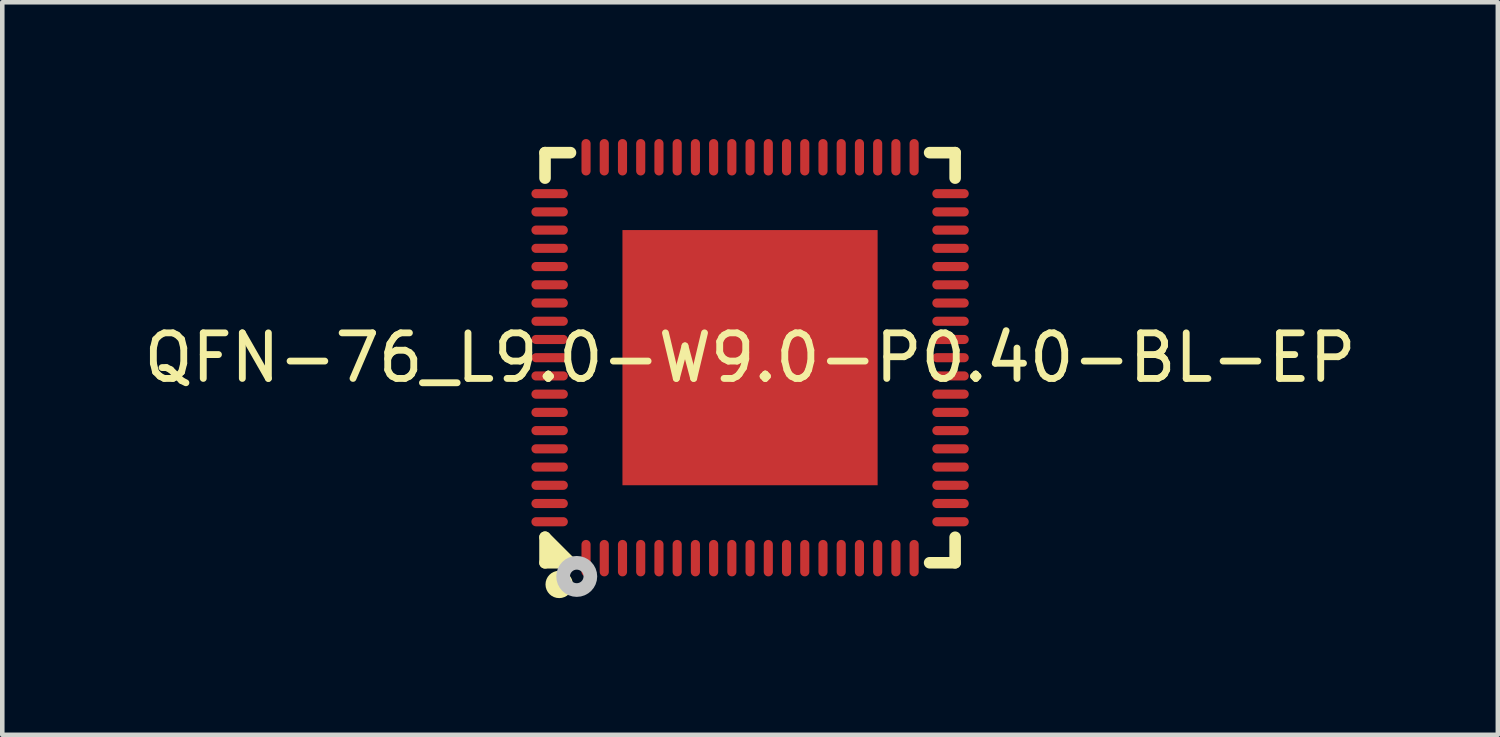
<source format=kicad_pcb>
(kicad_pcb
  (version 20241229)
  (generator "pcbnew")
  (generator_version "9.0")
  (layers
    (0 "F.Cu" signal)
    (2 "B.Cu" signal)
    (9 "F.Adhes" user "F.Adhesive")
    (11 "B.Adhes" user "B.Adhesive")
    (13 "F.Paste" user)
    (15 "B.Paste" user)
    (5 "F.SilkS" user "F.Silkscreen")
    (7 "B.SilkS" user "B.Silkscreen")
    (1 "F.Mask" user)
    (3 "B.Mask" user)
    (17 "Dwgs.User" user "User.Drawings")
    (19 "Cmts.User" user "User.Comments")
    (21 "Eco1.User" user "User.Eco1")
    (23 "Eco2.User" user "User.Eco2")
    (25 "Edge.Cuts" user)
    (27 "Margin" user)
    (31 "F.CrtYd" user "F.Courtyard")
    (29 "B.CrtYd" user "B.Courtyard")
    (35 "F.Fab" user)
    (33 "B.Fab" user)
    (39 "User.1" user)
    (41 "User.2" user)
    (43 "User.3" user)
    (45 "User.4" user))
  (footprint "QFN-76_L9.0-W9.0-P0.40-BL-EP"
    (layer "F.Cu")
    (at 13.411 4.8)
    (property "Reference" "QFN-76_L9.0-W9.0-P0.40-BL-EP" (at 0 0 0) (layer "F.SilkS") (effects (font (size 1 1) (thickness 0.15))))
    (fp_line (start -4.5 -4.5) (end -3.941 -4.5) (stroke (width 0.254) (type default)) (layer "F.SilkS"))
    (fp_line (start -4.5 -3.941) (end -4.5 -4.5) (stroke (width 0.254) (type default)) (layer "F.SilkS"))
    (fp_line (start -4.5 3.94) (end -3.941 4.5) (stroke (width 0.254) (type default)) (layer "F.SilkS"))
    (fp_line (start -4.5 4.5) (end -4.5 3.94) (stroke (width 0.254) (type default)) (layer "F.SilkS"))
    (fp_line (start -4.5 4.5) (end -3.941 4.5) (stroke (width 0.254) (type default)) (layer "F.SilkS"))
    (fp_line (start 3.94 -4.5) (end 4.5 -4.5) (stroke (width 0.254) (type default)) (layer "F.SilkS"))
    (fp_line (start 3.94 4.5) (end 4.5 4.5) (stroke (width 0.254) (type default)) (layer "F.SilkS"))
    (fp_line (start 4.5 -4.5) (end 4.5 -3.941) (stroke (width 0.254) (type default)) (layer "F.SilkS"))
    (fp_line (start 4.5 3.94) (end 4.5 4.5) (stroke (width 0.254) (type default)) (layer "F.SilkS"))
    (fp_arc (start -4.1885 4.826) (mid -4.19025 5.126007) (end -4.191 4.826) (stroke (width 0.3) (type default)) (layer "F.SilkS"))
    (fp_poly (pts (xy -3.941 4.5) (xy -4.5 4.5) (xy -4.5 4.064)) (stroke (width 0) (type default)) (fill yes) (layer "F.SilkS"))
    (fp_poly (pts (xy -2.24 2.24) (xy -2.24 -2.24) (xy 2.24 -2.24) (xy 2.24 2.24)) (stroke (width 0) (type default)) (fill yes) (layer "F.Paste"))
    (fp_poly (pts (arc (start -4.6995 -3.5) (mid -4.7995 -3.6) (end -4.6995 -3.7)) (arc (start -4.0995 -3.7) (mid -3.9995 -3.6) (end -4.0995 -3.5))) (stroke (width 0) (type default)) (fill yes) (layer "F.Paste"))
    (fp_poly (pts (arc (start -4.6995 -3.1) (mid -4.7995 -3.2) (end -4.6995 -3.3)) (arc (start -4.0995 -3.3) (mid -3.9995 -3.2) (end -4.0995 -3.1))) (stroke (width 0) (type default)) (fill yes) (layer "F.Paste"))
    (fp_poly (pts (arc (start -4.6995 -2.7) (mid -4.7995 -2.8) (end -4.6995 -2.9)) (arc (start -4.0995 -2.9) (mid -3.9995 -2.8) (end -4.0995 -2.7))) (stroke (width 0) (type default)) (fill yes) (layer "F.Paste"))
    (fp_poly (pts (arc (start -4.6995 -2.3) (mid -4.7995 -2.4) (end -4.6995 -2.5)) (arc (start -4.0995 -2.5) (mid -3.9995 -2.4) (end -4.0995 -2.3))) (stroke (width 0) (type default)) (fill yes) (layer "F.Paste"))
    (fp_poly (pts (arc (start -4.6995 -1.9) (mid -4.7995 -2) (end -4.6995 -2.1)) (arc (start -4.0995 -2.1) (mid -3.9995 -2) (end -4.0995 -1.9))) (stroke (width 0) (type default)) (fill yes) (layer "F.Paste"))
    (fp_poly (pts (arc (start -4.6995 -1.5) (mid -4.7995 -1.6) (end -4.6995 -1.7)) (arc (start -4.0995 -1.7) (mid -3.9995 -1.6) (end -4.0995 -1.5))) (stroke (width 0) (type default)) (fill yes) (layer "F.Paste"))
    (fp_poly (pts (arc (start -4.6995 -1.1) (mid -4.7995 -1.2) (end -4.6995 -1.3)) (arc (start -4.0995 -1.3) (mid -3.9995 -1.2) (end -4.0995 -1.1))) (stroke (width 0) (type default)) (fill yes) (layer "F.Paste"))
    (fp_poly (pts (arc (start -4.6995 -0.7) (mid -4.7995 -0.8) (end -4.6995 -0.9)) (arc (start -4.0995 -0.9) (mid -3.9995 -0.8) (end -4.0995 -0.7))) (stroke (width 0) (type default)) (fill yes) (layer "F.Paste"))
    (fp_poly (pts (arc (start -4.6995 -0.3) (mid -4.7995 -0.4) (end -4.6995 -0.5)) (arc (start -4.0995 -0.5) (mid -3.9995 -0.4) (end -4.0995 -0.3))) (stroke (width 0) (type default)) (fill yes) (layer "F.Paste"))
    (fp_poly (pts (arc (start -4.6995 0.1) (mid -4.7995 0) (end -4.6995 -0.1)) (arc (start -4.0995 -0.1) (mid -3.9995 0) (end -4.0995 0.1))) (stroke (width 0) (type default)) (fill yes) (layer "F.Paste"))
    (fp_poly (pts (arc (start -4.6995 0.5) (mid -4.7995 0.4) (end -4.6995 0.3)) (arc (start -4.0995 0.3) (mid -3.9995 0.4) (end -4.0995 0.5))) (stroke (width 0) (type default)) (fill yes) (layer "F.Paste"))
    (fp_poly (pts (arc (start -4.6995 0.9) (mid -4.7995 0.8) (end -4.6995 0.7)) (arc (start -4.0995 0.7) (mid -3.9995 0.8) (end -4.0995 0.9))) (stroke (width 0) (type default)) (fill yes) (layer "F.Paste"))
    (fp_poly (pts (arc (start -4.6995 1.3) (mid -4.7995 1.2) (end -4.6995 1.1)) (arc (start -4.0995 1.1) (mid -3.9995 1.2) (end -4.0995 1.3))) (stroke (width 0) (type default)) (fill yes) (layer "F.Paste"))
    (fp_poly (pts (arc (start -4.6995 1.7) (mid -4.7995 1.6) (end -4.6995 1.5)) (arc (start -4.0995 1.5) (mid -3.9995 1.6) (end -4.0995 1.7))) (stroke (width 0) (type default)) (fill yes) (layer "F.Paste"))
    (fp_poly (pts (arc (start -4.6995 2.1) (mid -4.7995 2) (end -4.6995 1.9)) (arc (start -4.0995 1.9) (mid -3.9995 2) (end -4.0995 2.1))) (stroke (width 0) (type default)) (fill yes) (layer "F.Paste"))
    (fp_poly (pts (arc (start -4.6995 2.5) (mid -4.7995 2.4) (end -4.6995 2.3)) (arc (start -4.0995 2.3) (mid -3.9995 2.4) (end -4.0995 2.5))) (stroke (width 0) (type default)) (fill yes) (layer "F.Paste"))
    (fp_poly (pts (arc (start -4.6995 2.9) (mid -4.7995 2.8) (end -4.6995 2.7)) (arc (start -4.0995 2.7) (mid -3.9995 2.8) (end -4.0995 2.9))) (stroke (width 0) (type default)) (fill yes) (layer "F.Paste"))
    (fp_poly (pts (arc (start -4.6995 3.3) (mid -4.7995 3.2) (end -4.6995 3.1)) (arc (start -4.0995 3.1) (mid -3.9995 3.2) (end -4.0995 3.3))) (stroke (width 0) (type default)) (fill yes) (layer "F.Paste"))
    (fp_poly (pts (arc (start -4.6995 3.7) (mid -4.7995 3.6) (end -4.6995 3.5)) (arc (start -4.0995 3.5) (mid -3.9995 3.6) (end -4.0995 3.7))) (stroke (width 0) (type default)) (fill yes) (layer "F.Paste"))
    (fp_poly (pts (arc (start -3.7 -4.6995) (mid -3.6 -4.7995) (end -3.5 -4.6995)) (arc (start -3.5 -4.0995) (mid -3.6 -3.9995) (end -3.7 -4.0995))) (stroke (width 0) (type default)) (fill yes) (layer "F.Paste"))
    (fp_poly (pts (arc (start -3.5 4.6995) (mid -3.6 4.7995) (end -3.7 4.6995)) (arc (start -3.7 4.0995) (mid -3.6 3.9995) (end -3.5 4.0995))) (stroke (width 0) (type default)) (fill yes) (layer "F.Paste"))
    (fp_poly (pts (arc (start -3.3 -4.6995) (mid -3.2 -4.7995) (end -3.1 -4.6995)) (arc (start -3.1 -4.0995) (mid -3.2 -3.9995) (end -3.3 -4.0995))) (stroke (width 0) (type default)) (fill yes) (layer "F.Paste"))
    (fp_poly (pts (arc (start -3.1 4.6995) (mid -3.2 4.7995) (end -3.3 4.6995)) (arc (start -3.3 4.0995) (mid -3.2 3.9995) (end -3.1 4.0995))) (stroke (width 0) (type default)) (fill yes) (layer "F.Paste"))
    (fp_poly (pts (arc (start -2.9 -4.6995) (mid -2.8 -4.7995) (end -2.7 -4.6995)) (arc (start -2.7 -4.0995) (mid -2.8 -3.9995) (end -2.9 -4.0995))) (stroke (width 0) (type default)) (fill yes) (layer "F.Paste"))
    (fp_poly (pts (arc (start -2.7 4.6995) (mid -2.8 4.7995) (end -2.9 4.6995)) (arc (start -2.9 4.0995) (mid -2.8 3.9995) (end -2.7 4.0995))) (stroke (width 0) (type default)) (fill yes) (layer "F.Paste"))
    (fp_poly (pts (arc (start -2.5 -4.6995) (mid -2.4 -4.7995) (end -2.3 -4.6995)) (arc (start -2.3 -4.0995) (mid -2.4 -3.9995) (end -2.5 -4.0995))) (stroke (width 0) (type default)) (fill yes) (layer "F.Paste"))
    (fp_poly (pts (arc (start -2.3 4.6995) (mid -2.4 4.7995) (end -2.5 4.6995)) (arc (start -2.5 4.0995) (mid -2.4 3.9995) (end -2.3 4.0995))) (stroke (width 0) (type default)) (fill yes) (layer "F.Paste"))
    (fp_poly (pts (arc (start -2.1 -4.6995) (mid -2 -4.7995) (end -1.9 -4.6995)) (arc (start -1.9 -4.0995) (mid -2 -3.9995) (end -2.1 -4.0995))) (stroke (width 0) (type default)) (fill yes) (layer "F.Paste"))
    (fp_poly (pts (arc (start -1.9 4.6995) (mid -2 4.7995) (end -2.1 4.6995)) (arc (start -2.1 4.0995) (mid -2 3.9995) (end -1.9 4.0995))) (stroke (width 0) (type default)) (fill yes) (layer "F.Paste"))
    (fp_poly (pts (arc (start -1.7 -4.6995) (mid -1.6 -4.7995) (end -1.5 -4.6995)) (arc (start -1.5 -4.0995) (mid -1.6 -3.9995) (end -1.7 -4.0995))) (stroke (width 0) (type default)) (fill yes) (layer "F.Paste"))
    (fp_poly (pts (arc (start -1.5 4.6995) (mid -1.6 4.7995) (end -1.7 4.6995)) (arc (start -1.7 4.0995) (mid -1.6 3.9995) (end -1.5 4.0995))) (stroke (width 0) (type default)) (fill yes) (layer "F.Paste"))
    (fp_poly (pts (arc (start -1.3 -4.6995) (mid -1.2 -4.7995) (end -1.1 -4.6995)) (arc (start -1.1 -4.0995) (mid -1.2 -3.9995) (end -1.3 -4.0995))) (stroke (width 0) (type default)) (fill yes) (layer "F.Paste"))
    (fp_poly (pts (arc (start -1.1 4.6995) (mid -1.2 4.7995) (end -1.3 4.6995)) (arc (start -1.3 4.0995) (mid -1.2 3.9995) (end -1.1 4.0995))) (stroke (width 0) (type default)) (fill yes) (layer "F.Paste"))
    (fp_poly (pts (arc (start -0.9 -4.6995) (mid -0.8 -4.7995) (end -0.7 -4.6995)) (arc (start -0.7 -4.0995) (mid -0.8 -3.9995) (end -0.9 -4.0995))) (stroke (width 0) (type default)) (fill yes) (layer "F.Paste"))
    (fp_poly (pts (arc (start -0.7 4.6995) (mid -0.8 4.7995) (end -0.9 4.6995)) (arc (start -0.9 4.0995) (mid -0.8 3.9995) (end -0.7 4.0995))) (stroke (width 0) (type default)) (fill yes) (layer "F.Paste"))
    (fp_poly (pts (arc (start -0.5 -4.6995) (mid -0.4 -4.7995) (end -0.3 -4.6995)) (arc (start -0.3 -4.0995) (mid -0.4 -3.9995) (end -0.5 -4.0995))) (stroke (width 0) (type default)) (fill yes) (layer "F.Paste"))
    (fp_poly (pts (arc (start -0.3 4.6995) (mid -0.4 4.7995) (end -0.5 4.6995)) (arc (start -0.5 4.0995) (mid -0.4 3.9995) (end -0.3 4.0995))) (stroke (width 0) (type default)) (fill yes) (layer "F.Paste"))
    (fp_poly (pts (arc (start -0.1 -4.6995) (mid 0 -4.7995) (end 0.1 -4.6995)) (arc (start 0.1 -4.0995) (mid 0 -3.9995) (end -0.1 -4.0995))) (stroke (width 0) (type default)) (fill yes) (layer "F.Paste"))
    (fp_poly (pts (arc (start 0.1 4.6995) (mid 0 4.7995) (end -0.1 4.6995)) (arc (start -0.1 4.0995) (mid 0 3.9995) (end 0.1 4.0995))) (stroke (width 0) (type default)) (fill yes) (layer "F.Paste"))
    (fp_poly (pts (arc (start 0.3 -4.6995) (mid 0.4 -4.7995) (end 0.5 -4.6995)) (arc (start 0.5 -4.0995) (mid 0.4 -3.9995) (end 0.3 -4.0995))) (stroke (width 0) (type default)) (fill yes) (layer "F.Paste"))
    (fp_poly (pts (arc (start 0.5 4.6995) (mid 0.4 4.7995) (end 0.3 4.6995)) (arc (start 0.3 4.0995) (mid 0.4 3.9995) (end 0.5 4.0995))) (stroke (width 0) (type default)) (fill yes) (layer "F.Paste"))
    (fp_poly (pts (arc (start 0.7 -4.6995) (mid 0.8 -4.7995) (end 0.9 -4.6995)) (arc (start 0.9 -4.0995) (mid 0.8 -3.9995) (end 0.7 -4.0995))) (stroke (width 0) (type default)) (fill yes) (layer "F.Paste"))
    (fp_poly (pts (arc (start 0.9 4.6995) (mid 0.8 4.7995) (end 0.7 4.6995)) (arc (start 0.7 4.0995) (mid 0.8 3.9995) (end 0.9 4.0995))) (stroke (width 0) (type default)) (fill yes) (layer "F.Paste"))
    (fp_poly (pts (arc (start 1.1 -4.6995) (mid 1.2 -4.7995) (end 1.3 -4.6995)) (arc (start 1.3 -4.0995) (mid 1.2 -3.9995) (end 1.1 -4.0995))) (stroke (width 0) (type default)) (fill yes) (layer "F.Paste"))
    (fp_poly (pts (arc (start 1.3 4.6995) (mid 1.2 4.7995) (end 1.1 4.6995)) (arc (start 1.1 4.0995) (mid 1.2 3.9995) (end 1.3 4.0995))) (stroke (width 0) (type default)) (fill yes) (layer "F.Paste"))
    (fp_poly (pts (arc (start 1.5 -4.6995) (mid 1.6 -4.7995) (end 1.7 -4.6995)) (arc (start 1.7 -4.0995) (mid 1.6 -3.9995) (end 1.5 -4.0995))) (stroke (width 0) (type default)) (fill yes) (layer "F.Paste"))
    (fp_poly (pts (arc (start 1.7 4.6995) (mid 1.6 4.7995) (end 1.5 4.6995)) (arc (start 1.5 4.0995) (mid 1.6 3.9995) (end 1.7 4.0995))) (stroke (width 0) (type default)) (fill yes) (layer "F.Paste"))
    (fp_poly (pts (arc (start 1.9 -4.6995) (mid 2 -4.7995) (end 2.1 -4.6995)) (arc (start 2.1 -4.0995) (mid 2 -3.9995) (end 1.9 -4.0995))) (stroke (width 0) (type default)) (fill yes) (layer "F.Paste"))
    (fp_poly (pts (arc (start 2.1 4.6995) (mid 2 4.7995) (end 1.9 4.6995)) (arc (start 1.9 4.0995) (mid 2 3.9995) (end 2.1 4.0995))) (stroke (width 0) (type default)) (fill yes) (layer "F.Paste"))
    (fp_poly (pts (arc (start 2.3 -4.6995) (mid 2.4 -4.7995) (end 2.5 -4.6995)) (arc (start 2.5 -4.0995) (mid 2.4 -3.9995) (end 2.3 -4.0995))) (stroke (width 0) (type default)) (fill yes) (layer "F.Paste"))
    (fp_poly (pts (arc (start 2.5 4.6995) (mid 2.4 4.7995) (end 2.3 4.6995)) (arc (start 2.3 4.0995) (mid 2.4 3.9995) (end 2.5 4.0995))) (stroke (width 0) (type default)) (fill yes) (layer "F.Paste"))
    (fp_poly (pts (arc (start 2.7 -4.6995) (mid 2.8 -4.7995) (end 2.9 -4.6995)) (arc (start 2.9 -4.0995) (mid 2.8 -3.9995) (end 2.7 -4.0995))) (stroke (width 0) (type default)) (fill yes) (layer "F.Paste"))
    (fp_poly (pts (arc (start 2.9 4.6995) (mid 2.8 4.7995) (end 2.7 4.6995)) (arc (start 2.7 4.0995) (mid 2.8 3.9995) (end 2.9 4.0995))) (stroke (width 0) (type default)) (fill yes) (layer "F.Paste"))
    (fp_poly (pts (arc (start 3.1 -4.6995) (mid 3.2 -4.7995) (end 3.3 -4.6995)) (arc (start 3.3 -4.0995) (mid 3.2 -3.9995) (end 3.1 -4.0995))) (stroke (width 0) (type default)) (fill yes) (layer "F.Paste"))
    (fp_poly (pts (arc (start 3.3 4.6995) (mid 3.2 4.7995) (end 3.1 4.6995)) (arc (start 3.1 4.0995) (mid 3.2 3.9995) (end 3.3 4.0995))) (stroke (width 0) (type default)) (fill yes) (layer "F.Paste"))
    (fp_poly (pts (arc (start 3.5 -4.6995) (mid 3.6 -4.7995) (end 3.7 -4.6995)) (arc (start 3.7 -4.0995) (mid 3.6 -3.9995) (end 3.5 -4.0995))) (stroke (width 0) (type default)) (fill yes) (layer "F.Paste"))
    (fp_poly (pts (arc (start 3.7 4.6995) (mid 3.6 4.7995) (end 3.5 4.6995)) (arc (start 3.5 4.0995) (mid 3.6 3.9995) (end 3.7 4.0995))) (stroke (width 0) (type default)) (fill yes) (layer "F.Paste"))
    (fp_poly (pts (arc (start 4.6995 -3.7) (mid 4.7995 -3.6) (end 4.6995 -3.5)) (arc (start 4.0995 -3.5) (mid 3.9995 -3.6) (end 4.0995 -3.7))) (stroke (width 0) (type default)) (fill yes) (layer "F.Paste"))
    (fp_poly (pts (arc (start 4.6995 -3.3) (mid 4.7995 -3.2) (end 4.6995 -3.1)) (arc (start 4.0995 -3.1) (mid 3.9995 -3.2) (end 4.0995 -3.3))) (stroke (width 0) (type default)) (fill yes) (layer "F.Paste"))
    (fp_poly (pts (arc (start 4.6995 -2.9) (mid 4.7995 -2.8) (end 4.6995 -2.7)) (arc (start 4.0995 -2.7) (mid 3.9995 -2.8) (end 4.0995 -2.9))) (stroke (width 0) (type default)) (fill yes) (layer "F.Paste"))
    (fp_poly (pts (arc (start 4.6995 -2.5) (mid 4.7995 -2.4) (end 4.6995 -2.3)) (arc (start 4.0995 -2.3) (mid 3.9995 -2.4) (end 4.0995 -2.5))) (stroke (width 0) (type default)) (fill yes) (layer "F.Paste"))
    (fp_poly (pts (arc (start 4.6995 -2.1) (mid 4.7995 -2) (end 4.6995 -1.9)) (arc (start 4.0995 -1.9) (mid 3.9995 -2) (end 4.0995 -2.1))) (stroke (width 0) (type default)) (fill yes) (layer "F.Paste"))
    (fp_poly (pts (arc (start 4.6995 -1.7) (mid 4.7995 -1.6) (end 4.6995 -1.5)) (arc (start 4.0995 -1.5) (mid 3.9995 -1.6) (end 4.0995 -1.7))) (stroke (width 0) (type default)) (fill yes) (layer "F.Paste"))
    (fp_poly (pts (arc (start 4.6995 -1.3) (mid 4.7995 -1.2) (end 4.6995 -1.1)) (arc (start 4.0995 -1.1) (mid 3.9995 -1.2) (end 4.0995 -1.3))) (stroke (width 0) (type default)) (fill yes) (layer "F.Paste"))
    (fp_poly (pts (arc (start 4.6995 -0.9) (mid 4.7995 -0.8) (end 4.6995 -0.7)) (arc (start 4.0995 -0.7) (mid 3.9995 -0.8) (end 4.0995 -0.9))) (stroke (width 0) (type default)) (fill yes) (layer "F.Paste"))
    (fp_poly (pts (arc (start 4.6995 -0.5) (mid 4.7995 -0.4) (end 4.6995 -0.3)) (arc (start 4.0995 -0.3) (mid 3.9995 -0.4) (end 4.0995 -0.5))) (stroke (width 0) (type default)) (fill yes) (layer "F.Paste"))
    (fp_poly (pts (arc (start 4.6995 -0.1) (mid 4.7995 0) (end 4.6995 0.1)) (arc (start 4.0995 0.1) (mid 3.9995 0) (end 4.0995 -0.1))) (stroke (width 0) (type default)) (fill yes) (layer "F.Paste"))
    (fp_poly (pts (arc (start 4.6995 0.3) (mid 4.7995 0.4) (end 4.6995 0.5)) (arc (start 4.0995 0.5) (mid 3.9995 0.4) (end 4.0995 0.3))) (stroke (width 0) (type default)) (fill yes) (layer "F.Paste"))
    (fp_poly (pts (arc (start 4.6995 0.7) (mid 4.7995 0.8) (end 4.6995 0.9)) (arc (start 4.0995 0.9) (mid 3.9995 0.8) (end 4.0995 0.7))) (stroke (width 0) (type default)) (fill yes) (layer "F.Paste"))
    (fp_poly (pts (arc (start 4.6995 1.1) (mid 4.7995 1.2) (end 4.6995 1.3)) (arc (start 4.0995 1.3) (mid 3.9995 1.2) (end 4.0995 1.1))) (stroke (width 0) (type default)) (fill yes) (layer "F.Paste"))
    (fp_poly (pts (arc (start 4.6995 1.5) (mid 4.7995 1.6) (end 4.6995 1.7)) (arc (start 4.0995 1.7) (mid 3.9995 1.6) (end 4.0995 1.5))) (stroke (width 0) (type default)) (fill yes) (layer "F.Paste"))
    (fp_poly (pts (arc (start 4.6995 1.9) (mid 4.7995 2) (end 4.6995 2.1)) (arc (start 4.0995 2.1) (mid 3.9995 2) (end 4.0995 1.9))) (stroke (width 0) (type default)) (fill yes) (layer "F.Paste"))
    (fp_poly (pts (arc (start 4.6995 2.3) (mid 4.7995 2.4) (end 4.6995 2.5)) (arc (start 4.0995 2.5) (mid 3.9995 2.4) (end 4.0995 2.3))) (stroke (width 0) (type default)) (fill yes) (layer "F.Paste"))
    (fp_poly (pts (arc (start 4.6995 2.7) (mid 4.7995 2.8) (end 4.6995 2.9)) (arc (start 4.0995 2.9) (mid 3.9995 2.8) (end 4.0995 2.7))) (stroke (width 0) (type default)) (fill yes) (layer "F.Paste"))
    (fp_poly (pts (arc (start 4.6995 3.1) (mid 4.7995 3.2) (end 4.6995 3.3)) (arc (start 4.0995 3.3) (mid 3.9995 3.2) (end 4.0995 3.1))) (stroke (width 0) (type default)) (fill yes) (layer "F.Paste"))
    (fp_poly (pts (arc (start 4.6995 3.5) (mid 4.7995 3.6) (end 4.6995 3.7)) (arc (start 4.0995 3.7) (mid 3.9995 3.6) (end 4.0995 3.5))) (stroke (width 0) (type default)) (fill yes) (layer "F.Paste"))
    (fp_circle (center -3.804 4.8) (end -3.655 4.8) (stroke (width 0.3) (type default)) (fill no) (layer "Dwgs.User"))
    (fp_poly (pts (xy -4.101 -3.7) (xy -4.101 -3.499) (xy -4.5 -3.499) (xy -4.5 -3.7)) (stroke (width 0.1) (type default)) (fill no) (layer "User.1"))
    (fp_poly (pts (xy -4.101 -3.301) (xy -4.101 -3.101) (xy -4.5 -3.101) (xy -4.5 -3.301)) (stroke (width 0.1) (type default)) (fill no) (layer "User.1"))
    (fp_poly (pts (xy -4.101 -2.9) (xy -4.101 -2.7) (xy -4.5 -2.7) (xy -4.5 -2.9)) (stroke (width 0.1) (type default)) (fill no) (layer "User.1"))
    (fp_poly (pts (xy -4.101 -2.501) (xy -4.101 -2.3) (xy -4.5 -2.3) (xy -4.5 -2.501)) (stroke (width 0.1) (type default)) (fill no) (layer "User.1"))
    (fp_poly (pts (xy -4.101 -2.099) (xy -4.101 -1.899) (xy -4.5 -1.899) (xy -4.5 -2.099)) (stroke (width 0.1) (type default)) (fill no) (layer "User.1"))
    (fp_poly (pts (xy -4.101 -1.7) (xy -4.101 -1.5) (xy -4.5 -1.5) (xy -4.5 -1.7)) (stroke (width 0.1) (type default)) (fill no) (layer "User.1"))
    (fp_poly (pts (xy -4.101 -1.3) (xy -4.101 -1.099) (xy -4.5 -1.099) (xy -4.5 -1.3)) (stroke (width 0.1) (type default)) (fill no) (layer "User.1"))
    (fp_poly (pts (xy -4.101 -0.9) (xy -4.101 -0.701) (xy -4.5 -0.701) (xy -4.5 -0.9)) (stroke (width 0.1) (type default)) (fill no) (layer "User.1"))
    (fp_poly (pts (xy -4.101 -0.499) (xy -4.101 -0.299) (xy -4.5 -0.299) (xy -4.5 -0.499)) (stroke (width 0.1) (type default)) (fill no) (layer "User.1"))
    (fp_poly (pts (xy -4.101 -0.101) (xy -4.101 0.1) (xy -4.5 0.1) (xy -4.5 -0.101)) (stroke (width 0.1) (type default)) (fill no) (layer "User.1"))
    (fp_poly (pts (xy -4.101 0.298) (xy -4.101 0.498) (xy -4.5 0.498) (xy -4.5 0.298)) (stroke (width 0.1) (type default)) (fill no) (layer "User.1"))
    (fp_poly (pts (xy -4.101 0.7) (xy -4.101 0.899) (xy -4.5 0.899) (xy -4.5 0.7)) (stroke (width 0.1) (type default)) (fill no) (layer "User.1"))
    (fp_poly (pts (xy -4.101 1.099) (xy -4.101 1.298) (xy -4.5 1.298) (xy -4.5 1.099)) (stroke (width 0.1) (type default)) (fill no) (layer "User.1"))
    (fp_poly (pts (xy -4.101 1.5) (xy -4.101 1.7) (xy -4.5 1.7) (xy -4.5 1.5)) (stroke (width 0.1) (type default)) (fill no) (layer "User.1"))
    (fp_poly (pts (xy -4.101 1.899) (xy -4.101 2.099) (xy -4.5 2.099) (xy -4.5 1.899)) (stroke (width 0.1) (type default)) (fill no) (layer "User.1"))
    (fp_poly (pts (xy -4.101 2.3) (xy -4.101 2.5) (xy -4.5 2.5) (xy -4.5 2.3)) (stroke (width 0.1) (type default)) (fill no) (layer "User.1"))
    (fp_poly (pts (xy -4.101 2.699) (xy -4.101 2.898) (xy -4.5 2.898) (xy -4.5 2.699)) (stroke (width 0.1) (type default)) (fill no) (layer "User.1"))
    (fp_poly (pts (xy -4.101 3.1) (xy -4.101 3.3) (xy -4.5 3.3) (xy -4.5 3.1)) (stroke (width 0.1) (type default)) (fill no) (layer "User.1"))
    (fp_poly (pts (xy -4.101 3.499) (xy -4.101 3.699) (xy -4.5 3.699) (xy -4.5 3.499)) (stroke (width 0.1) (type default)) (fill no) (layer "User.1"))
    (fp_poly (pts (xy -3.7 4.1) (xy -3.499 4.1) (xy -3.499 4.5) (xy -3.7 4.5)) (stroke (width 0.1) (type default)) (fill no) (layer "User.1"))
    (fp_poly (pts (xy -3.499 -4.101) (xy -3.7 -4.101) (xy -3.7 -4.5) (xy -3.499 -4.5)) (stroke (width 0.1) (type default)) (fill no) (layer "User.1"))
    (fp_poly (pts (xy -3.301 4.1) (xy -3.101 4.1) (xy -3.101 4.5) (xy -3.301 4.5)) (stroke (width 0.1) (type default)) (fill no) (layer "User.1"))
    (fp_poly (pts (xy -3.1 -4.101) (xy -3.3 -4.101) (xy -3.3 -4.5) (xy -3.1 -4.5)) (stroke (width 0.1) (type default)) (fill no) (layer "User.1"))
    (fp_poly (pts (xy -2.9 4.1) (xy -2.7 4.1) (xy -2.7 4.5) (xy -2.9 4.5)) (stroke (width 0.1) (type default)) (fill no) (layer "User.1"))
    (fp_poly (pts (xy -2.8 2.8) (xy -2.8 -2.8) (xy 2.8 -2.8) (xy 2.8 2.8)) (stroke (width 0.1) (type default)) (fill no) (layer "User.1"))
    (fp_poly (pts (xy -2.699 -4.101) (xy -2.899 -4.101) (xy -2.899 -4.5) (xy -2.699 -4.5)) (stroke (width 0.1) (type default)) (fill no) (layer "User.1"))
    (fp_poly (pts (xy -2.501 4.1) (xy -2.3 4.1) (xy -2.3 4.5) (xy -2.501 4.5)) (stroke (width 0.1) (type default)) (fill no) (layer "User.1"))
    (fp_poly (pts (xy -2.3 -4.101) (xy -2.501 -4.101) (xy -2.501 -4.5) (xy -2.3 -4.5)) (stroke (width 0.1) (type default)) (fill no) (layer "User.1"))
    (fp_poly (pts (xy -2.099 4.1) (xy -1.899 4.1) (xy -1.899 4.5) (xy -2.099 4.5)) (stroke (width 0.1) (type default)) (fill no) (layer "User.1"))
    (fp_poly (pts (xy -1.899 -4.101) (xy -2.099 -4.101) (xy -2.099 -4.5) (xy -1.899 -4.5)) (stroke (width 0.1) (type default)) (fill no) (layer "User.1"))
    (fp_poly (pts (xy -1.7 4.1) (xy -1.5 4.1) (xy -1.5 4.5) (xy -1.7 4.5)) (stroke (width 0.1) (type default)) (fill no) (layer "User.1"))
    (fp_poly (pts (xy -1.5 -4.101) (xy -1.7 -4.101) (xy -1.7 -4.5) (xy -1.5 -4.5)) (stroke (width 0.1) (type default)) (fill no) (layer "User.1"))
    (fp_poly (pts (xy -1.3 4.1) (xy -1.099 4.1) (xy -1.099 4.5) (xy -1.3 4.5)) (stroke (width 0.1) (type default)) (fill no) (layer "User.1"))
    (fp_poly (pts (xy -1.099 -4.101) (xy -1.299 -4.101) (xy -1.299 -4.5) (xy -1.099 -4.5)) (stroke (width 0.1) (type default)) (fill no) (layer "User.1"))
    (fp_poly (pts (xy -0.9 4.1) (xy -0.701 4.1) (xy -0.701 4.5) (xy -0.9 4.5)) (stroke (width 0.1) (type default)) (fill no) (layer "User.1"))
    (fp_poly (pts (xy -0.7 -4.101) (xy -0.9 -4.101) (xy -0.9 -4.5) (xy -0.7 -4.5)) (stroke (width 0.1) (type default)) (fill no) (layer "User.1"))
    (fp_poly (pts (xy -0.499 4.1) (xy -0.299 4.1) (xy -0.299 4.5) (xy -0.499 4.5)) (stroke (width 0.1) (type default)) (fill no) (layer "User.1"))
    (fp_poly (pts (xy -0.299 -4.101) (xy -0.499 -4.101) (xy -0.499 -4.5) (xy -0.299 -4.5)) (stroke (width 0.1) (type default)) (fill no) (layer "User.1"))
    (fp_poly (pts (xy -0.101 4.1) (xy 0.1 4.1) (xy 0.1 4.5) (xy -0.101 4.5)) (stroke (width 0.1) (type default)) (fill no) (layer "User.1"))
    (fp_poly (pts (xy 0.1 -4.101) (xy -0.1 -4.101) (xy -0.1 -4.5) (xy 0.1 -4.5)) (stroke (width 0.1) (type default)) (fill no) (layer "User.1"))
    (fp_poly (pts (xy 0.298 4.1) (xy 0.498 4.1) (xy 0.498 4.5) (xy 0.298 4.5)) (stroke (width 0.1) (type default)) (fill no) (layer "User.1"))
    (fp_poly (pts (xy 0.498 -4.101) (xy 0.298 -4.101) (xy 0.298 -4.5) (xy 0.498 -4.5)) (stroke (width 0.1) (type default)) (fill no) (layer "User.1"))
    (fp_poly (pts (xy 0.7 4.1) (xy 0.899 4.1) (xy 0.899 4.5) (xy 0.7 4.5)) (stroke (width 0.1) (type default)) (fill no) (layer "User.1"))
    (fp_poly (pts (xy 0.9 -4.101) (xy 0.7 -4.101) (xy 0.7 -4.5) (xy 0.9 -4.5)) (stroke (width 0.1) (type default)) (fill no) (layer "User.1"))
    (fp_poly (pts (xy 1.099 4.1) (xy 1.298 4.1) (xy 1.298 4.5) (xy 1.099 4.5)) (stroke (width 0.1) (type default)) (fill no) (layer "User.1"))
    (fp_poly (pts (xy 1.299 -4.101) (xy 1.099 -4.101) (xy 1.099 -4.5) (xy 1.299 -4.5)) (stroke (width 0.1) (type default)) (fill no) (layer "User.1"))
    (fp_poly (pts (xy 1.5 4.1) (xy 1.7 4.1) (xy 1.7 4.5) (xy 1.5 4.5)) (stroke (width 0.1) (type default)) (fill no) (layer "User.1"))
    (fp_poly (pts (xy 1.7 -4.101) (xy 1.5 -4.101) (xy 1.5 -4.5) (xy 1.7 -4.5)) (stroke (width 0.1) (type default)) (fill no) (layer "User.1"))
    (fp_poly (pts (xy 1.899 4.1) (xy 2.099 4.1) (xy 2.099 4.5) (xy 1.899 4.5)) (stroke (width 0.1) (type default)) (fill no) (layer "User.1"))
    (fp_poly (pts (xy 2.099 -4.101) (xy 1.899 -4.101) (xy 1.899 -4.5) (xy 2.099 -4.5)) (stroke (width 0.1) (type default)) (fill no) (layer "User.1"))
    (fp_poly (pts (xy 2.3 4.1) (xy 2.5 4.1) (xy 2.5 4.5) (xy 2.3 4.5)) (stroke (width 0.1) (type default)) (fill no) (layer "User.1"))
    (fp_poly (pts (xy 2.5 -4.101) (xy 2.3 -4.101) (xy 2.3 -4.5) (xy 2.5 -4.5)) (stroke (width 0.1) (type default)) (fill no) (layer "User.1"))
    (fp_poly (pts (xy 2.699 4.1) (xy 2.898 4.1) (xy 2.898 4.5) (xy 2.699 4.5)) (stroke (width 0.1) (type default)) (fill no) (layer "User.1"))
    (fp_poly (pts (xy 2.899 -4.101) (xy 2.699 -4.101) (xy 2.699 -4.5) (xy 2.899 -4.5)) (stroke (width 0.1) (type default)) (fill no) (layer "User.1"))
    (fp_poly (pts (xy 3.1 4.1) (xy 3.3 4.1) (xy 3.3 4.5) (xy 3.1 4.5)) (stroke (width 0.1) (type default)) (fill no) (layer "User.1"))
    (fp_poly (pts (xy 3.3 -4.101) (xy 3.1 -4.101) (xy 3.1 -4.5) (xy 3.3 -4.5)) (stroke (width 0.1) (type default)) (fill no) (layer "User.1"))
    (fp_poly (pts (xy 3.499 4.1) (xy 3.699 4.1) (xy 3.699 4.5) (xy 3.499 4.5)) (stroke (width 0.1) (type default)) (fill no) (layer "User.1"))
    (fp_poly (pts (xy 3.699 -4.101) (xy 3.499 -4.101) (xy 3.499 -4.5) (xy 3.699 -4.5)) (stroke (width 0.1) (type default)) (fill no) (layer "User.1"))
    (fp_poly (pts (xy 4.1 -3.499) (xy 4.1 -3.7) (xy 4.5 -3.7) (xy 4.5 -3.499)) (stroke (width 0.1) (type default)) (fill no) (layer "User.1"))
    (fp_poly (pts (xy 4.1 -3.1) (xy 4.1 -3.3) (xy 4.5 -3.3) (xy 4.5 -3.1)) (stroke (width 0.1) (type default)) (fill no) (layer "User.1"))
    (fp_poly (pts (xy 4.1 -2.699) (xy 4.1 -2.899) (xy 4.5 -2.899) (xy 4.5 -2.699)) (stroke (width 0.1) (type default)) (fill no) (layer "User.1"))
    (fp_poly (pts (xy 4.1 -2.3) (xy 4.1 -2.501) (xy 4.5 -2.501) (xy 4.5 -2.3)) (stroke (width 0.1) (type default)) (fill no) (layer "User.1"))
    (fp_poly (pts (xy 4.1 -1.899) (xy 4.1 -2.099) (xy 4.5 -2.099) (xy 4.5 -1.899)) (stroke (width 0.1) (type default)) (fill no) (layer "User.1"))
    (fp_poly (pts (xy 4.1 -1.5) (xy 4.1 -1.7) (xy 4.5 -1.7) (xy 4.5 -1.5)) (stroke (width 0.1) (type default)) (fill no) (layer "User.1"))
    (fp_poly (pts (xy 4.1 -1.099) (xy 4.1 -1.299) (xy 4.5 -1.299) (xy 4.5 -1.099)) (stroke (width 0.1) (type default)) (fill no) (layer "User.1"))
    (fp_poly (pts (xy 4.1 -0.7) (xy 4.1 -0.9) (xy 4.5 -0.9) (xy 4.5 -0.7)) (stroke (width 0.1) (type default)) (fill no) (layer "User.1"))
    (fp_poly (pts (xy 4.1 -0.299) (xy 4.1 -0.499) (xy 4.5 -0.499) (xy 4.5 -0.299)) (stroke (width 0.1) (type default)) (fill no) (layer "User.1"))
    (fp_poly (pts (xy 4.1 0.1) (xy 4.1 -0.1) (xy 4.5 -0.1) (xy 4.5 0.1)) (stroke (width 0.1) (type default)) (fill no) (layer "User.1"))
    (fp_poly (pts (xy 4.1 0.498) (xy 4.1 0.298) (xy 4.5 0.298) (xy 4.5 0.498)) (stroke (width 0.1) (type default)) (fill no) (layer "User.1"))
    (fp_poly (pts (xy 4.1 0.9) (xy 4.1 0.7) (xy 4.5 0.7) (xy 4.5 0.9)) (stroke (width 0.1) (type default)) (fill no) (layer "User.1"))
    (fp_poly (pts (xy 4.1 1.299) (xy 4.1 1.099) (xy 4.5 1.099) (xy 4.5 1.299)) (stroke (width 0.1) (type default)) (fill no) (layer "User.1"))
    (fp_poly (pts (xy 4.1 1.7) (xy 4.1 1.5) (xy 4.5 1.5) (xy 4.5 1.7)) (stroke (width 0.1) (type default)) (fill no) (layer "User.1"))
    (fp_poly (pts (xy 4.1 2.099) (xy 4.1 1.899) (xy 4.5 1.899) (xy 4.5 2.099)) (stroke (width 0.1) (type default)) (fill no) (layer "User.1"))
    (fp_poly (pts (xy 4.1 2.5) (xy 4.1 2.3) (xy 4.5 2.3) (xy 4.5 2.5)) (stroke (width 0.1) (type default)) (fill no) (layer "User.1"))
    (fp_poly (pts (xy 4.1 2.899) (xy 4.1 2.699) (xy 4.5 2.699) (xy 4.5 2.899)) (stroke (width 0.1) (type default)) (fill no) (layer "User.1"))
    (fp_poly (pts (xy 4.1 3.3) (xy 4.1 3.1) (xy 4.5 3.1) (xy 4.5 3.3)) (stroke (width 0.1) (type default)) (fill no) (layer "User.1"))
    (fp_poly (pts (xy 4.1 3.699) (xy 4.1 3.499) (xy 4.5 3.499) (xy 4.5 3.699)) (stroke (width 0.1) (type default)) (fill no) (layer "User.1"))
    (fp_line (start -4.5 -4.5) (end 4.5 -4.5) (stroke (width 0.051) (type default)) (layer "User.2"))
    (fp_line (start -4.5 4.5) (end -4.5 -4.5) (stroke (width 0.051) (type default)) (layer "User.2"))
    (fp_line (start 4.5 -4.5) (end 4.5 4.5) (stroke (width 0.051) (type default)) (layer "User.2"))
    (fp_line (start 4.5 4.5) (end -4.5 4.5) (stroke (width 0.051) (type default)) (layer "User.2"))
    (fp_poly (pts (xy -4.441 4.5) (xy -4.458 4.458) (xy -4.5 4.44) (xy -4.543 4.458) (xy -4.561 4.5) (xy -4.543 4.542) (xy -4.5 4.56) (xy -4.458 4.542)) (stroke (width 0.1) (type default)) (fill no) (layer "User.3"))
    (pad "1" smd oval (at -3.6 4.399 180) (size 0.2 0.8) (layers "F.Cu" "F.Mask" "F.Paste"))
    (pad "2" smd oval (at -3.2 4.399 180) (size 0.2 0.8) (layers "F.Cu" "F.Mask" "F.Paste"))
    (pad "3" smd oval (at -2.8 4.399 180) (size 0.2 0.8) (layers "F.Cu" "F.Mask" "F.Paste"))
    (pad "4" smd oval (at -2.4 4.399 180) (size 0.2 0.8) (layers "F.Cu" "F.Mask" "F.Paste"))
    (pad "5" smd oval (at -2 4.399 180) (size 0.2 0.8) (layers "F.Cu" "F.Mask" "F.Paste"))
    (pad "6" smd oval (at -1.6 4.399 180) (size 0.2 0.8) (layers "F.Cu" "F.Mask" "F.Paste"))
    (pad "7" smd oval (at -1.2 4.399 180) (size 0.2 0.8) (layers "F.Cu" "F.Mask" "F.Paste"))
    (pad "8" smd oval (at -0.8 4.399 180) (size 0.2 0.8) (layers "F.Cu" "F.Mask" "F.Paste"))
    (pad "9" smd oval (at -0.4 4.399 180) (size 0.2 0.8) (layers "F.Cu" "F.Mask" "F.Paste"))
    (pad "10" smd oval (at 0 4.399 180) (size 0.2 0.8) (layers "F.Cu" "F.Mask" "F.Paste"))
    (pad "11" smd oval (at 0.4 4.399 180) (size 0.2 0.8) (layers "F.Cu" "F.Mask" "F.Paste"))
    (pad "12" smd oval (at 0.8 4.399 180) (size 0.2 0.8) (layers "F.Cu" "F.Mask" "F.Paste"))
    (pad "13" smd oval (at 1.2 4.399 180) (size 0.2 0.8) (layers "F.Cu" "F.Mask" "F.Paste"))
    (pad "14" smd oval (at 1.6 4.399 180) (size 0.2 0.8) (layers "F.Cu" "F.Mask" "F.Paste"))
    (pad "15" smd oval (at 2 4.399 180) (size 0.2 0.8) (layers "F.Cu" "F.Mask" "F.Paste"))
    (pad "16" smd oval (at 2.4 4.399 180) (size 0.2 0.8) (layers "F.Cu" "F.Mask" "F.Paste"))
    (pad "17" smd oval (at 2.8 4.399 180) (size 0.2 0.8) (layers "F.Cu" "F.Mask" "F.Paste"))
    (pad "18" smd oval (at 3.2 4.399 180) (size 0.2 0.8) (layers "F.Cu" "F.Mask" "F.Paste"))
    (pad "19" smd oval (at 3.6 4.399 180) (size 0.2 0.8) (layers "F.Cu" "F.Mask" "F.Paste"))
    (pad "20" smd oval (at 4.399 3.6 270) (size 0.2 0.8) (layers "F.Cu" "F.Mask" "F.Paste"))
    (pad "21" smd oval (at 4.399 3.2 270) (size 0.2 0.8) (layers "F.Cu" "F.Mask" "F.Paste"))
    (pad "22" smd oval (at 4.399 2.8 270) (size 0.2 0.8) (layers "F.Cu" "F.Mask" "F.Paste"))
    (pad "23" smd oval (at 4.399 2.4 270) (size 0.2 0.8) (layers "F.Cu" "F.Mask" "F.Paste"))
    (pad "24" smd oval (at 4.399 2 270) (size 0.2 0.8) (layers "F.Cu" "F.Mask" "F.Paste"))
    (pad "25" smd oval (at 4.399 1.6 270) (size 0.2 0.8) (layers "F.Cu" "F.Mask" "F.Paste"))
    (pad "26" smd oval (at 4.399 1.2 270) (size 0.2 0.8) (layers "F.Cu" "F.Mask" "F.Paste"))
    (pad "27" smd oval (at 4.399 0.8 270) (size 0.2 0.8) (layers "F.Cu" "F.Mask" "F.Paste"))
    (pad "28" smd oval (at 4.399 0.4 270) (size 0.2 0.8) (layers "F.Cu" "F.Mask" "F.Paste"))
    (pad "29" smd oval (at 4.399 0 270) (size 0.2 0.8) (layers "F.Cu" "F.Mask" "F.Paste"))
    (pad "30" smd oval (at 4.399 -0.4 270) (size 0.2 0.8) (layers "F.Cu" "F.Mask" "F.Paste"))
    (pad "31" smd oval (at 4.399 -0.8 270) (size 0.2 0.8) (layers "F.Cu" "F.Mask" "F.Paste"))
    (pad "32" smd oval (at 4.399 -1.2 270) (size 0.2 0.8) (layers "F.Cu" "F.Mask" "F.Paste"))
    (pad "33" smd oval (at 4.399 -1.6 270) (size 0.2 0.8) (layers "F.Cu" "F.Mask" "F.Paste"))
    (pad "34" smd oval (at 4.399 -2 270) (size 0.2 0.8) (layers "F.Cu" "F.Mask" "F.Paste"))
    (pad "35" smd oval (at 4.399 -2.4 270) (size 0.2 0.8) (layers "F.Cu" "F.Mask" "F.Paste"))
    (pad "36" smd oval (at 4.399 -2.8 270) (size 0.2 0.8) (layers "F.Cu" "F.Mask" "F.Paste"))
    (pad "37" smd oval (at 4.399 -3.2 270) (size 0.2 0.8) (layers "F.Cu" "F.Mask" "F.Paste"))
    (pad "38" smd oval (at 4.399 -3.6 270) (size 0.2 0.8) (layers "F.Cu" "F.Mask" "F.Paste"))
    (pad "39" smd oval (at 3.6 -4.399) (size 0.2 0.8) (layers "F.Cu" "F.Mask" "F.Paste"))
    (pad "40" smd oval (at 3.2 -4.399) (size 0.2 0.8) (layers "F.Cu" "F.Mask" "F.Paste"))
    (pad "41" smd oval (at 2.8 -4.399) (size 0.2 0.8) (layers "F.Cu" "F.Mask" "F.Paste"))
    (pad "42" smd oval (at 2.4 -4.399) (size 0.2 0.8) (layers "F.Cu" "F.Mask" "F.Paste"))
    (pad "43" smd oval (at 2 -4.399) (size 0.2 0.8) (layers "F.Cu" "F.Mask" "F.Paste"))
    (pad "44" smd oval (at 1.6 -4.399) (size 0.2 0.8) (layers "F.Cu" "F.Mask" "F.Paste"))
    (pad "45" smd oval (at 1.2 -4.399) (size 0.2 0.8) (layers "F.Cu" "F.Mask" "F.Paste"))
    (pad "46" smd oval (at 0.8 -4.399) (size 0.2 0.8) (layers "F.Cu" "F.Mask" "F.Paste"))
    (pad "47" smd oval (at 0.4 -4.399) (size 0.2 0.8) (layers "F.Cu" "F.Mask" "F.Paste"))
    (pad "48" smd oval (at 0 -4.399) (size 0.2 0.8) (layers "F.Cu" "F.Mask" "F.Paste"))
    (pad "49" smd oval (at -0.4 -4.399) (size 0.2 0.8) (layers "F.Cu" "F.Mask" "F.Paste"))
    (pad "50" smd oval (at -0.8 -4.399) (size 0.2 0.8) (layers "F.Cu" "F.Mask" "F.Paste"))
    (pad "51" smd oval (at -1.2 -4.399) (size 0.2 0.8) (layers "F.Cu" "F.Mask" "F.Paste"))
    (pad "52" smd oval (at -1.6 -4.399) (size 0.2 0.8) (layers "F.Cu" "F.Mask" "F.Paste"))
    (pad "53" smd oval (at -2 -4.399) (size 0.2 0.8) (layers "F.Cu" "F.Mask" "F.Paste"))
    (pad "54" smd oval (at -2.4 -4.399) (size 0.2 0.8) (layers "F.Cu" "F.Mask" "F.Paste"))
    (pad "55" smd oval (at -2.8 -4.399) (size 0.2 0.8) (layers "F.Cu" "F.Mask" "F.Paste"))
    (pad "56" smd oval (at -3.2 -4.399) (size 0.2 0.8) (layers "F.Cu" "F.Mask" "F.Paste"))
    (pad "57" smd oval (at -3.6 -4.399) (size 0.2 0.8) (layers "F.Cu" "F.Mask" "F.Paste"))
    (pad "58" smd oval (at -4.399 -3.6 90) (size 0.2 0.8) (layers "F.Cu" "F.Mask" "F.Paste"))
    (pad "59" smd oval (at -4.399 -3.2 90) (size 0.2 0.8) (layers "F.Cu" "F.Mask" "F.Paste"))
    (pad "60" smd oval (at -4.399 -2.8 90) (size 0.2 0.8) (layers "F.Cu" "F.Mask" "F.Paste"))
    (pad "61" smd oval (at -4.399 -2.4 90) (size 0.2 0.8) (layers "F.Cu" "F.Mask" "F.Paste"))
    (pad "62" smd oval (at -4.399 -2 90) (size 0.2 0.8) (layers "F.Cu" "F.Mask" "F.Paste"))
    (pad "63" smd oval (at -4.399 -1.6 90) (size 0.2 0.8) (layers "F.Cu" "F.Mask" "F.Paste"))
    (pad "64" smd oval (at -4.399 -1.2 90) (size 0.2 0.8) (layers "F.Cu" "F.Mask" "F.Paste"))
    (pad "65" smd oval (at -4.399 -0.8 90) (size 0.2 0.8) (layers "F.Cu" "F.Mask" "F.Paste"))
    (pad "66" smd oval (at -4.399 -0.4 90) (size 0.2 0.8) (layers "F.Cu" "F.Mask" "F.Paste"))
    (pad "67" smd oval (at -4.399 0 90) (size 0.2 0.8) (layers "F.Cu" "F.Mask" "F.Paste"))
    (pad "68" smd oval (at -4.399 0.4 90) (size 0.2 0.8) (layers "F.Cu" "F.Mask" "F.Paste"))
    (pad "69" smd oval (at -4.399 0.8 90) (size 0.2 0.8) (layers "F.Cu" "F.Mask" "F.Paste"))
    (pad "70" smd oval (at -4.399 1.2 90) (size 0.2 0.8) (layers "F.Cu" "F.Mask" "F.Paste"))
    (pad "71" smd oval (at -4.399 1.6 90) (size 0.2 0.8) (layers "F.Cu" "F.Mask" "F.Paste"))
    (pad "72" smd oval (at -4.399 2 90) (size 0.2 0.8) (layers "F.Cu" "F.Mask" "F.Paste"))
    (pad "73" smd oval (at -4.399 2.4 90) (size 0.2 0.8) (layers "F.Cu" "F.Mask" "F.Paste"))
    (pad "74" smd oval (at -4.399 2.8 90) (size 0.2 0.8) (layers "F.Cu" "F.Mask" "F.Paste"))
    (pad "75" smd oval (at -4.399 3.2 90) (size 0.2 0.8) (layers "F.Cu" "F.Mask" "F.Paste"))
    (pad "76" smd oval (at -4.399 3.6 90) (size 0.2 0.8) (layers "F.Cu" "F.Mask" "F.Paste"))
    (pad "77" smd rect (at -0.001 -0.001 90) (size 5.6 5.6) (layers "F.Cu" "F.Mask" "F.Paste")))
  (gr_rect
    (start -3 -3)
    (end 29.821 13.076)
    (stroke (width 0.1) (type default))
    (fill no)
    (layer "Edge.Cuts")))
</source>
